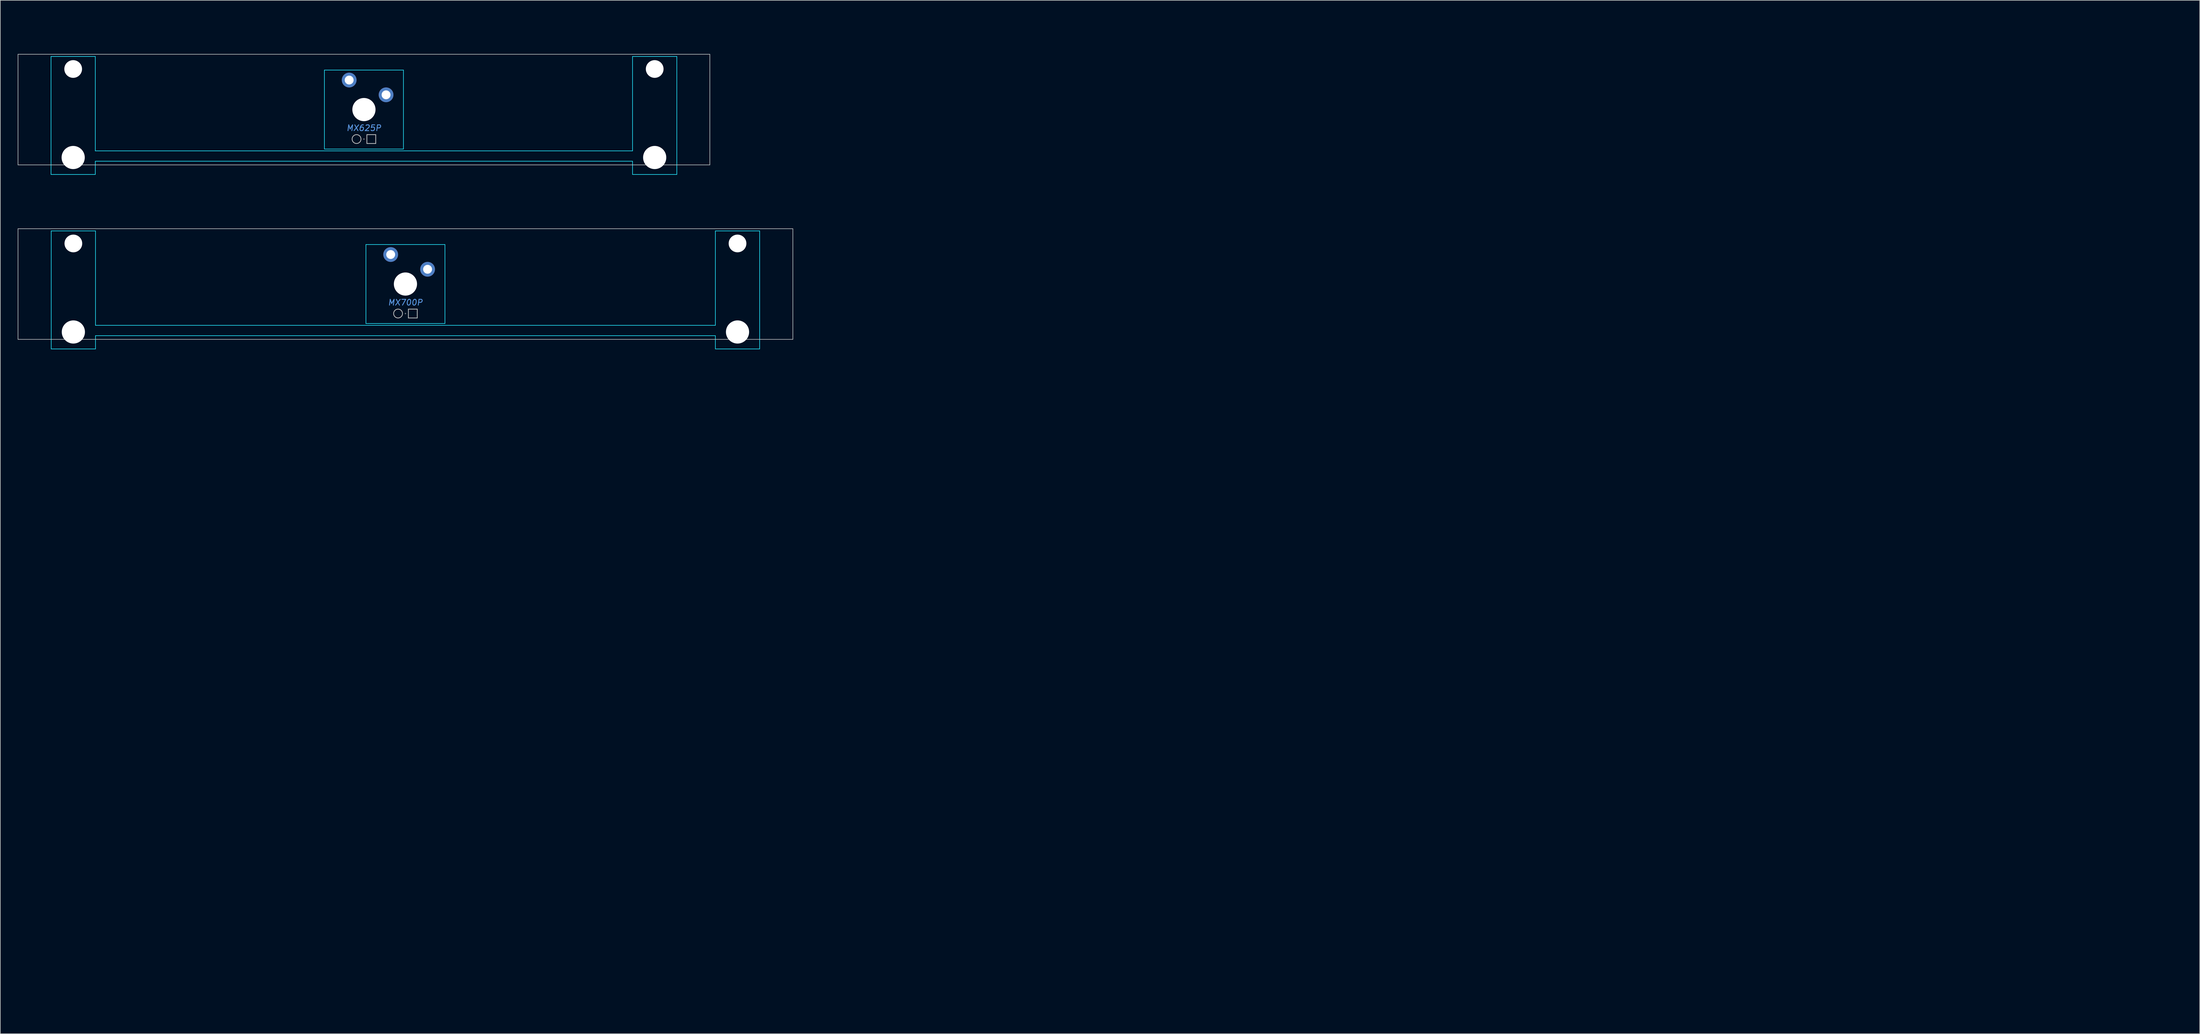
<source format=kicad_pcb>
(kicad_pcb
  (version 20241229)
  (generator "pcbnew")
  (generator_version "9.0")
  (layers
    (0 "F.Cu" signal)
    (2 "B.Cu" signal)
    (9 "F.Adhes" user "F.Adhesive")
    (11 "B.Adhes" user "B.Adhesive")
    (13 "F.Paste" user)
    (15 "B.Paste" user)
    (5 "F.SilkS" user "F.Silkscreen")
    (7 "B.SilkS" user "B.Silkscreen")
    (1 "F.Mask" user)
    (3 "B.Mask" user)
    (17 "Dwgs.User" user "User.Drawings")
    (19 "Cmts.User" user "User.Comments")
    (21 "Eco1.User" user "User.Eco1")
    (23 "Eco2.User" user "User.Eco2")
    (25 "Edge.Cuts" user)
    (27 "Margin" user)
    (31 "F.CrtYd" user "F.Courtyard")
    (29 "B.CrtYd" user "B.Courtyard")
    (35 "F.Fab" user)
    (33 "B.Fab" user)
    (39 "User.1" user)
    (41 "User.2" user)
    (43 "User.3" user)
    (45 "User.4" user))
  (footprint "MX700P"
    (layer "F.Cu")
    (at 66.725 45.855)
    (property "Reference" "MX700P" (at 0 3.175 0) (layer "Cmts.User") (effects (font (size 1 1) (thickness 0.15) (italic yes))))
    (attr through_hole)
    (fp_line (start -66.675 -9.525) (end -66.675 9.525) (stroke (width 0.1) (type solid)) (layer "Dwgs.User"))
    (fp_line (start -66.675 -9.525) (end 66.675 -9.525) (stroke (width 0.1) (type solid)) (layer "Dwgs.User"))
    (fp_line (start -66.675 9.525) (end 66.675 9.525) (stroke (width 0.1) (type solid)) (layer "Dwgs.User"))
    (fp_line (start -0.127 5.08) (end 0.127 5.08) (stroke (width 0.051) (type solid)) (layer "Dwgs.User"))
    (fp_line (start 0 4.953) (end 0 5.207) (stroke (width 0.051) (type solid)) (layer "Dwgs.User"))
    (fp_line (start 0.508 4.318) (end 0.508 5.842) (stroke (width 0.127) (type solid)) (layer "Dwgs.User"))
    (fp_line (start 0.508 4.318) (end 2.032 4.318) (stroke (width 0.127) (type solid)) (layer "Dwgs.User"))
    (fp_line (start 0.508 5.842) (end 2.032 5.842) (stroke (width 0.127) (type solid)) (layer "Dwgs.User"))
    (fp_line (start 2.032 5.842) (end 2.032 4.318) (stroke (width 0.127) (type solid)) (layer "Dwgs.User"))
    (fp_line (start 66.675 -9.525) (end 66.675 9.525) (stroke (width 0.1) (type solid)) (layer "Dwgs.User"))
    (fp_circle (center -1.27 5.08) (end -0.508 5.08) (stroke (width 0.127) (type solid)) (fill no) (layer "Dwgs.User"))
    (fp_line (start -61.341 -3.303) (end -60.325 -3.303) (stroke (width 0.1) (type solid)) (layer "Eco1.User"))
    (fp_line (start -61.341 -0.509) (end -61.341 -3.303) (stroke (width 0.1) (type solid)) (layer "Eco1.User"))
    (fp_line (start -60.325 -3.303) (end -60.325 -5.69) (stroke (width 0.1) (type solid)) (layer "Eco1.User"))
    (fp_line (start -60.325 -0.509) (end -61.341 -0.509) (stroke (width 0.1) (type solid)) (layer "Eco1.User"))
    (fp_line (start -60.325 -5.69) (end -53.67 -5.69) (stroke (width 0.1) (type solid)) (layer "Eco1.User"))
    (fp_line (start -60.325 6.603) (end -60.325 -0.509) (stroke (width 0.1) (type solid)) (layer "Eco1.User"))
    (fp_line (start -58.521 6.603) (end -60.325 6.603) (stroke (width 0.1) (type solid)) (layer "Eco1.User"))
    (fp_line (start -58.521 7.772) (end -58.521 6.603) (stroke (width 0.1) (type solid)) (layer "Eco1.User"))
    (fp_line (start -55.473 6.603) (end -55.473 7.772) (stroke (width 0.1) (type solid)) (layer "Eco1.User"))
    (fp_line (start -55.473 7.772) (end -58.521 7.772) (stroke (width 0.1) (type solid)) (layer "Eco1.User"))
    (fp_line (start -53.67 -5.69) (end -53.67 -2.286) (stroke (width 0.1) (type solid)) (layer "Eco1.User"))
    (fp_line (start -53.67 -2.286) (end -6.985 -2.286) (stroke (width 0.1) (type solid)) (layer "Eco1.User"))
    (fp_line (start -53.67 2.286) (end -53.67 6.603) (stroke (width 0.1) (type solid)) (layer "Eco1.User"))
    (fp_line (start -53.67 6.603) (end -55.473 6.603) (stroke (width 0.1) (type solid)) (layer "Eco1.User"))
    (fp_line (start -7 -7) (end 7 -7) (stroke (width 0.1) (type solid)) (layer "Eco1.User"))
    (fp_line (start -7 7) (end -6.985 2.286) (stroke (width 0.1) (type solid)) (layer "Eco1.User"))
    (fp_line (start -6.985 -2.286) (end -7 -7) (stroke (width 0.1) (type solid)) (layer "Eco1.User"))
    (fp_line (start -6.985 2.286) (end -53.67 2.286) (stroke (width 0.1) (type solid)) (layer "Eco1.User"))
    (fp_line (start 0 -15.765) (end 0 -15.765) (stroke (width 0.1) (type solid)) (layer "Eco1.User"))
    (fp_line (start 0 -15.765) (end 0 -15.765) (stroke (width 0.1) (type solid)) (layer "Eco1.User"))
    (fp_line (start 0 -15.765) (end 0 -15.765) (stroke (width 0.1) (type solid)) (layer "Eco1.User"))
    (fp_line (start 0 -0.941) (end 0.000056 0.941) (stroke (width 0.1) (type solid)) (layer "Eco1.User"))
    (fp_line (start 0.941 -0.000054) (end -0.941 0.000002) (stroke (width 0.1) (type solid)) (layer "Eco1.User"))
    (fp_line (start 6.985 -2.286) (end 53.67 -2.286) (stroke (width 0.1) (type solid)) (layer "Eco1.User"))
    (fp_line (start 6.985 6.985) (end -7 7) (stroke (width 0.1) (type solid)) (layer "Eco1.User"))
    (fp_line (start 6.985 2.286) (end 6.985 6.985) (stroke (width 0.1) (type solid)) (layer "Eco1.User"))
    (fp_line (start 7 -7) (end 6.985 -2.286) (stroke (width 0.1) (type solid)) (layer "Eco1.User"))
    (fp_line (start 53.67 -2.286) (end 53.67 -5.69) (stroke (width 0.1) (type solid)) (layer "Eco1.User"))
    (fp_line (start 53.67 6.603) (end 53.67 2.286) (stroke (width 0.1) (type solid)) (layer "Eco1.User"))
    (fp_line (start 53.67 -5.69) (end 60.325 -5.69) (stroke (width 0.1) (type solid)) (layer "Eco1.User"))
    (fp_line (start 53.67 2.286) (end 6.985 2.286) (stroke (width 0.1) (type solid)) (layer "Eco1.User"))
    (fp_line (start 55.474 6.603) (end 53.67 6.603) (stroke (width 0.1) (type solid)) (layer "Eco1.User"))
    (fp_line (start 55.474 7.772) (end 55.474 6.603) (stroke (width 0.1) (type solid)) (layer "Eco1.User"))
    (fp_line (start 58.522 6.603) (end 58.522 7.772) (stroke (width 0.1) (type solid)) (layer "Eco1.User"))
    (fp_line (start 58.522 7.772) (end 55.474 7.772) (stroke (width 0.1) (type solid)) (layer "Eco1.User"))
    (fp_line (start 60.325 -5.69) (end 60.325 -3.303) (stroke (width 0.1) (type solid)) (layer "Eco1.User"))
    (fp_line (start 60.325 6.603) (end 58.522 6.603) (stroke (width 0.1) (type solid)) (layer "Eco1.User"))
    (fp_line (start 60.325 -3.303) (end 61.341 -3.303) (stroke (width 0.1) (type solid)) (layer "Eco1.User"))
    (fp_line (start 60.325 -0.509) (end 60.325 6.603) (stroke (width 0.1) (type solid)) (layer "Eco1.User"))
    (fp_line (start 61.341 -3.303) (end 61.341 -0.509) (stroke (width 0.1) (type solid)) (layer "Eco1.User"))
    (fp_line (start 61.341 -0.509) (end 60.325 -0.509) (stroke (width 0.1) (type solid)) (layer "Eco1.User"))
    (fp_line (start 304.8 124.154) (end 304.8 126.036) (stroke (width 0.1) (type solid)) (layer "Eco1.User"))
    (fp_line (start 305.741 125.095) (end 303.859 125.095) (stroke (width 0.1) (type solid)) (layer "Eco1.User"))
    (fp_line (start -60.96 -9.144) (end -60.96 11.176) (stroke (width 0.1) (type solid)) (layer "B.CrtYd"))
    (fp_line (start -60.96 -9.144) (end -53.34 -9.144) (stroke (width 0.1) (type solid)) (layer "B.CrtYd"))
    (fp_line (start -60.96 11.176) (end -53.34 11.176) (stroke (width 0.1) (type solid)) (layer "B.CrtYd"))
    (fp_line (start -53.34 7.112) (end -53.34 -9.144) (stroke (width 0.1) (type solid)) (layer "B.CrtYd"))
    (fp_line (start -53.34 7.112) (end 53.34 7.112) (stroke (width 0.1) (type solid)) (layer "B.CrtYd"))
    (fp_line (start -53.34 8.89) (end -53.34 11.176) (stroke (width 0.1) (type solid)) (layer "B.CrtYd"))
    (fp_line (start -53.34 8.89) (end 53.34 8.89) (stroke (width 0.1) (type solid)) (layer "B.CrtYd"))
    (fp_line (start -6.8 -6.8) (end -6.8 6.8) (stroke (width 0.1) (type solid)) (layer "B.CrtYd"))
    (fp_line (start -6.8 -6.8) (end 6.8 -6.8) (stroke (width 0.1) (type solid)) (layer "B.CrtYd"))
    (fp_line (start -6.8 6.8) (end 6.8 6.8) (stroke (width 0.1) (type solid)) (layer "B.CrtYd"))
    (fp_line (start 6.8 6.8) (end 6.8 -6.8) (stroke (width 0.1) (type solid)) (layer "B.CrtYd"))
    (fp_line (start 53.34 -9.144) (end 60.96 -9.144) (stroke (width 0.1) (type solid)) (layer "B.CrtYd"))
    (fp_line (start 53.34 7.112) (end 53.34 -9.144) (stroke (width 0.1) (type solid)) (layer "B.CrtYd"))
    (fp_line (start 53.34 8.89) (end 53.34 11.176) (stroke (width 0.1) (type solid)) (layer "B.CrtYd"))
    (fp_line (start 53.34 11.176) (end 60.96 11.176) (stroke (width 0.1) (type solid)) (layer "B.CrtYd"))
    (fp_line (start 60.96 -9.144) (end 60.96 11.176) (stroke (width 0.1) (type solid)) (layer "B.CrtYd"))
    (pad "" np_thru_hole circle (at -57.15 -6.985 180) (size 3.048 3.048) (drill 3.048) (layers "*.Cu" "*.Mask"))
    (pad "" np_thru_hole circle (at -57.15 8.255 180) (size 3.988 3.988) (drill 3.988) (layers "*.Cu" "*.Mask"))
    (pad "" np_thru_hole circle (at 0 0) (size 3.988 3.988) (drill 3.988) (layers "*.Cu" "*.Mask"))
    (pad "" np_thru_hole circle (at 57.15 -6.985 180) (size 3.048 3.048) (drill 3.048) (layers "*.Cu" "*.Mask"))
    (pad "" np_thru_hole circle (at 57.15 8.255 180) (size 3.988 3.988) (drill 3.988) (layers "*.Cu" "*.Mask"))
    (pad "1" thru_hole circle (at -2.54 -5.08) (size 2.54 2.54) (drill 1.524) (layers "*.Cu" "*.Mask"))
    (pad "2" thru_hole circle (at 3.81 -2.54) (size 2.54 2.54) (drill 1.524) (layers "*.Cu" "*.Mask")))
  (footprint "MX625P"
    (layer "F.Cu")
    (at 59.581 15.815)
    (property "Reference" "MX625P" (at 0 3.175 0) (layer "Cmts.User") (effects (font (size 1 1) (thickness 0.15) (italic yes))))
    (attr through_hole)
    (fp_line (start -59.531 -9.525) (end -59.531 9.525) (stroke (width 0.1) (type solid)) (layer "Dwgs.User"))
    (fp_line (start -59.531 -9.525) (end 59.531 -9.525) (stroke (width 0.1) (type solid)) (layer "Dwgs.User"))
    (fp_line (start -59.531 9.525) (end 59.531 9.525) (stroke (width 0.1) (type solid)) (layer "Dwgs.User"))
    (fp_line (start -0.127 5.08) (end 0.127 5.08) (stroke (width 0.051) (type solid)) (layer "Dwgs.User"))
    (fp_line (start 0 5.207) (end 0 4.953) (stroke (width 0.051) (type solid)) (layer "Dwgs.User"))
    (fp_line (start 0.508 4.318) (end 0.508 5.842) (stroke (width 0.127) (type solid)) (layer "Dwgs.User"))
    (fp_line (start 0.508 4.318) (end 2.032 4.318) (stroke (width 0.127) (type solid)) (layer "Dwgs.User"))
    (fp_line (start 0.508 5.842) (end 2.032 5.842) (stroke (width 0.127) (type solid)) (layer "Dwgs.User"))
    (fp_line (start 2.032 5.842) (end 2.032 4.318) (stroke (width 0.127) (type solid)) (layer "Dwgs.User"))
    (fp_line (start 59.531 -9.525) (end 59.531 9.525) (stroke (width 0.1) (type solid)) (layer "Dwgs.User"))
    (fp_circle (center -1.27 5.08) (end -0.508 5.08) (stroke (width 0.127) (type solid)) (fill no) (layer "Dwgs.User"))
    (fp_line (start -54.28 -3.302) (end -53.264 -3.302) (stroke (width 0.1) (type solid)) (layer "Eco1.User"))
    (fp_line (start -54.28 -0.508) (end -54.28 -3.302) (stroke (width 0.1) (type solid)) (layer "Eco1.User"))
    (fp_line (start -53.264 -3.302) (end -53.264 -5.69) (stroke (width 0.1) (type solid)) (layer "Eco1.User"))
    (fp_line (start -53.264 -0.508) (end -54.28 -0.508) (stroke (width 0.1) (type solid)) (layer "Eco1.User"))
    (fp_line (start -53.264 -5.69) (end -46.609 -5.69) (stroke (width 0.1) (type solid)) (layer "Eco1.User"))
    (fp_line (start -53.264 6.604) (end -53.264 -0.508) (stroke (width 0.1) (type solid)) (layer "Eco1.User"))
    (fp_line (start -51.46 6.604) (end -53.264 6.604) (stroke (width 0.1) (type solid)) (layer "Eco1.User"))
    (fp_line (start -51.46 7.772) (end -51.46 6.604) (stroke (width 0.1) (type solid)) (layer "Eco1.User"))
    (fp_line (start -48.412 6.604) (end -48.412 7.772) (stroke (width 0.1) (type solid)) (layer "Eco1.User"))
    (fp_line (start -48.412 7.772) (end -51.46 7.772) (stroke (width 0.1) (type solid)) (layer "Eco1.User"))
    (fp_line (start -46.609 -5.69) (end -46.609 -2.286) (stroke (width 0.1) (type solid)) (layer "Eco1.User"))
    (fp_line (start -46.609 -2.286) (end -6.985 -2.286) (stroke (width 0.1) (type solid)) (layer "Eco1.User"))
    (fp_line (start -46.609 2.286) (end -46.609 6.604) (stroke (width 0.1) (type solid)) (layer "Eco1.User"))
    (fp_line (start -46.609 6.604) (end -48.412 6.604) (stroke (width 0.1) (type solid)) (layer "Eco1.User"))
    (fp_line (start -7 -7) (end 7 -7) (stroke (width 0.1) (type solid)) (layer "Eco1.User"))
    (fp_line (start -7 7) (end -6.985 2.286) (stroke (width 0.1) (type solid)) (layer "Eco1.User"))
    (fp_line (start -6.985 -2.286) (end -7 -7) (stroke (width 0.1) (type solid)) (layer "Eco1.User"))
    (fp_line (start -6.985 2.286) (end -46.609 2.286) (stroke (width 0.1) (type solid)) (layer "Eco1.User"))
    (fp_line (start -0.000028 -0.941) (end 0.000028 0.941) (stroke (width 0.1) (type solid)) (layer "Eco1.User"))
    (fp_line (start 0 -15.765) (end 0 -15.765) (stroke (width 0.1) (type solid)) (layer "Eco1.User"))
    (fp_line (start 0 -15.765) (end 0 -15.765) (stroke (width 0.1) (type solid)) (layer "Eco1.User"))
    (fp_line (start 0 -15.765) (end 0 -15.765) (stroke (width 0.1) (type solid)) (layer "Eco1.User"))
    (fp_line (start 0.941 -0.000031) (end -0.941 0.000025) (stroke (width 0.1) (type solid)) (layer "Eco1.User"))
    (fp_line (start 6.985 -2.286) (end 46.609 -2.286) (stroke (width 0.1) (type solid)) (layer "Eco1.User"))
    (fp_line (start 6.985 6.985) (end -7 7) (stroke (width 0.1) (type solid)) (layer "Eco1.User"))
    (fp_line (start 6.985 2.286) (end 6.985 6.985) (stroke (width 0.1) (type solid)) (layer "Eco1.User"))
    (fp_line (start 7 -7) (end 6.985 -2.286) (stroke (width 0.1) (type solid)) (layer "Eco1.User"))
    (fp_line (start 46.609 -2.286) (end 46.609 -5.69) (stroke (width 0.1) (type solid)) (layer "Eco1.User"))
    (fp_line (start 46.609 6.604) (end 46.609 2.286) (stroke (width 0.1) (type solid)) (layer "Eco1.User"))
    (fp_line (start 46.609 -5.69) (end 53.264 -5.69) (stroke (width 0.1) (type solid)) (layer "Eco1.User"))
    (fp_line (start 46.609 2.286) (end 6.985 2.286) (stroke (width 0.1) (type solid)) (layer "Eco1.User"))
    (fp_line (start 48.412 6.604) (end 46.609 6.604) (stroke (width 0.1) (type solid)) (layer "Eco1.User"))
    (fp_line (start 48.412 7.772) (end 48.412 6.604) (stroke (width 0.1) (type solid)) (layer "Eco1.User"))
    (fp_line (start 51.46 6.604) (end 51.46 7.772) (stroke (width 0.1) (type solid)) (layer "Eco1.User"))
    (fp_line (start 51.46 7.772) (end 48.412 7.772) (stroke (width 0.1) (type solid)) (layer "Eco1.User"))
    (fp_line (start 53.264 -5.69) (end 53.264 -3.302) (stroke (width 0.1) (type solid)) (layer "Eco1.User"))
    (fp_line (start 53.264 6.604) (end 51.46 6.604) (stroke (width 0.1) (type solid)) (layer "Eco1.User"))
    (fp_line (start 53.264 -3.302) (end 54.28 -3.302) (stroke (width 0.1) (type solid)) (layer "Eco1.User"))
    (fp_line (start 53.264 -0.508) (end 53.264 6.604) (stroke (width 0.1) (type solid)) (layer "Eco1.User"))
    (fp_line (start 54.28 -3.302) (end 54.28 -0.508) (stroke (width 0.1) (type solid)) (layer "Eco1.User"))
    (fp_line (start 54.28 -0.508) (end 53.264 -0.508) (stroke (width 0.1) (type solid)) (layer "Eco1.User"))
    (fp_line (start -53.848 -9.144) (end -53.848 11.176) (stroke (width 0.1) (type solid)) (layer "B.CrtYd"))
    (fp_line (start -53.848 -9.144) (end -46.228 -9.144) (stroke (width 0.1) (type solid)) (layer "B.CrtYd"))
    (fp_line (start -53.848 11.176) (end -46.228 11.176) (stroke (width 0.1) (type solid)) (layer "B.CrtYd"))
    (fp_line (start -46.228 7.112) (end -46.228 -9.144) (stroke (width 0.1) (type solid)) (layer "B.CrtYd"))
    (fp_line (start -46.228 7.112) (end 46.228 7.112) (stroke (width 0.1) (type solid)) (layer "B.CrtYd"))
    (fp_line (start -46.228 8.89) (end -46.228 11.176) (stroke (width 0.1) (type solid)) (layer "B.CrtYd"))
    (fp_line (start -46.228 8.89) (end 46.228 8.89) (stroke (width 0.1) (type solid)) (layer "B.CrtYd"))
    (fp_line (start -6.8 -6.8) (end -6.8 6.8) (stroke (width 0.1) (type solid)) (layer "B.CrtYd"))
    (fp_line (start -6.8 -6.8) (end 6.8 -6.8) (stroke (width 0.1) (type solid)) (layer "B.CrtYd"))
    (fp_line (start -6.8 6.8) (end 6.8 6.8) (stroke (width 0.1) (type solid)) (layer "B.CrtYd"))
    (fp_line (start 6.8 6.8) (end 6.8 -6.8) (stroke (width 0.1) (type solid)) (layer "B.CrtYd"))
    (fp_line (start 46.228 -9.144) (end 53.848 -9.144) (stroke (width 0.1) (type solid)) (layer "B.CrtYd"))
    (fp_line (start 46.228 7.112) (end 46.228 -9.144) (stroke (width 0.1) (type solid)) (layer "B.CrtYd"))
    (fp_line (start 46.228 8.89) (end 46.228 11.176) (stroke (width 0.1) (type solid)) (layer "B.CrtYd"))
    (fp_line (start 46.228 11.176) (end 53.848 11.176) (stroke (width 0.1) (type solid)) (layer "B.CrtYd"))
    (fp_line (start 53.848 -9.144) (end 53.848 11.176) (stroke (width 0.1) (type solid)) (layer "B.CrtYd"))
    (pad "" np_thru_hole circle (at -50.038 -6.985 180) (size 3.048 3.048) (drill 3.048) (layers "*.Cu" "*.Mask"))
    (pad "" np_thru_hole circle (at -50.038 8.255 180) (size 3.988 3.988) (drill 3.988) (layers "*.Cu" "*.Mask"))
    (pad "" np_thru_hole circle (at 0 0) (size 3.988 3.988) (drill 3.988) (layers "*.Cu" "*.Mask"))
    (pad "" np_thru_hole circle (at 50.038 -6.985 180) (size 3.048 3.048) (drill 3.048) (layers "*.Cu" "*.Mask"))
    (pad "" np_thru_hole circle (at 50.038 8.255 180) (size 3.988 3.988) (drill 3.988) (layers "*.Cu" "*.Mask"))
    (pad "1" thru_hole circle (at -2.54 -5.08) (size 2.54 2.54) (drill 1.524) (layers "*.Cu" "*.Mask"))
    (pad "2" thru_hole circle (at 3.81 -2.54) (size 2.54 2.54) (drill 1.524) (layers "*.Cu" "*.Mask")))
  (gr_rect
    (start -3 -3)
    (end 375.516 174.941)
    (stroke (width 0.1) (type default))
    (fill no)
    (layer "Edge.Cuts")))
</source>
